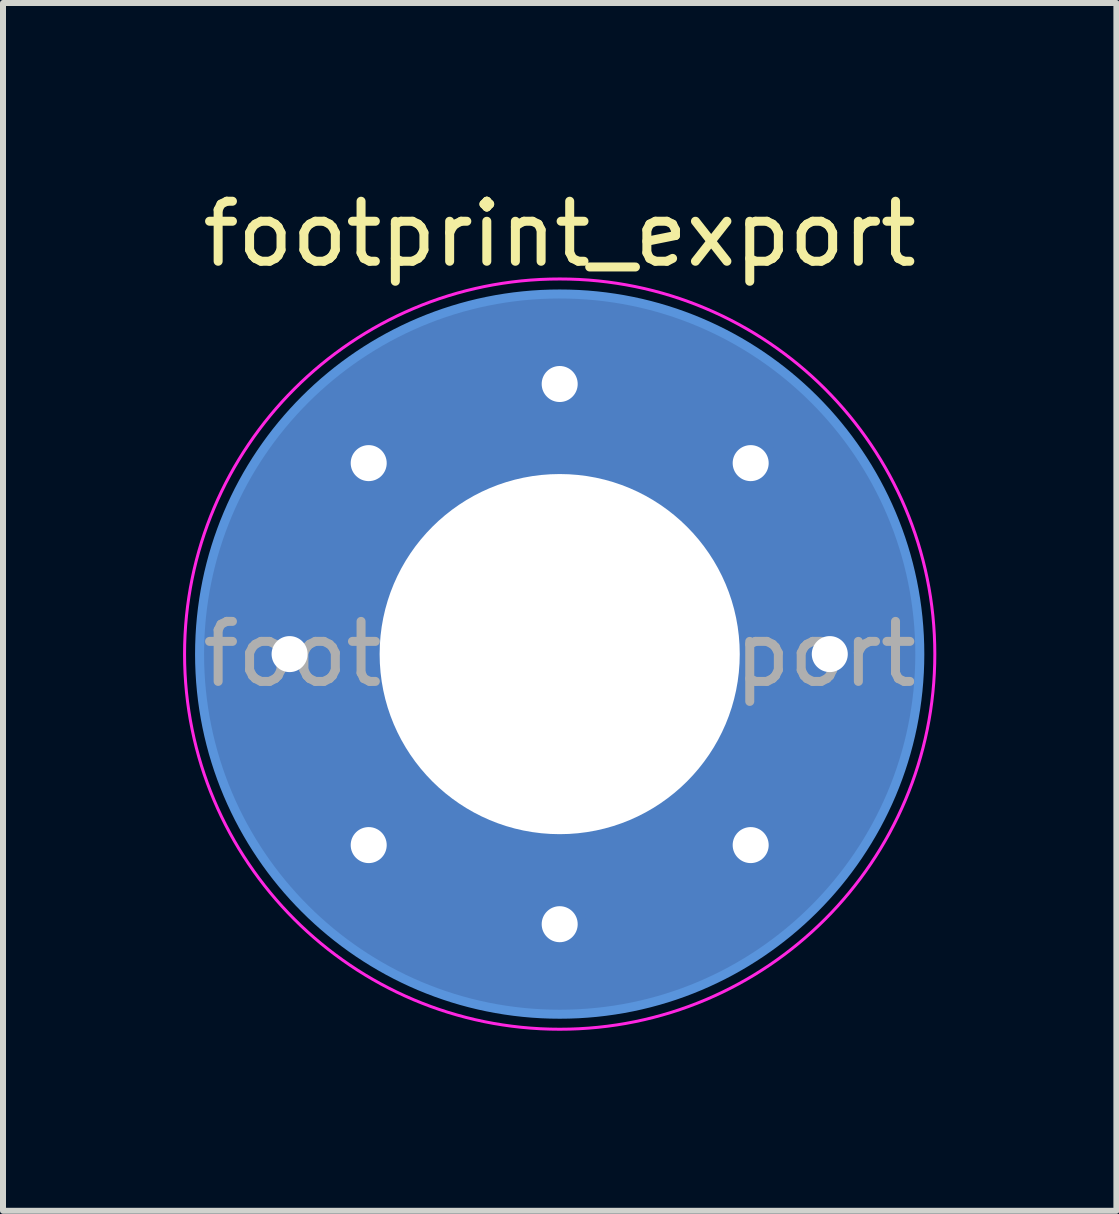
<source format=kicad_pcb>
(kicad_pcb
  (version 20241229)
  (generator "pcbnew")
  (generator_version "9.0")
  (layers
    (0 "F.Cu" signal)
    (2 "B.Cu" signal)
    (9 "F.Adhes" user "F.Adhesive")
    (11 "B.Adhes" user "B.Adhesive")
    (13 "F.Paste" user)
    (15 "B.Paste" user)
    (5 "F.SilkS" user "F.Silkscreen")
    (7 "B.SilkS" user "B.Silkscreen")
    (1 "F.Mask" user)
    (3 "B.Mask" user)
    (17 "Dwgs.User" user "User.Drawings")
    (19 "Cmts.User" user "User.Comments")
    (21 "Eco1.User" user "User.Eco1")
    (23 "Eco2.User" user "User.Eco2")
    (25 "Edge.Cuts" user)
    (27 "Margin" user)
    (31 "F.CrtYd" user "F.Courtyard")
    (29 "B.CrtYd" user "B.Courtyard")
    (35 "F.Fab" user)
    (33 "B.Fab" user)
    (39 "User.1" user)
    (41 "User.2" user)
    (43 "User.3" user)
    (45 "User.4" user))
  (footprint "footprint_export"
    (layer "F.Cu")
    (at 6.275 7.848)
    (property "Reference" "footprint_export" (at 0 -7 0) (layer "F.SilkS") (effects (font (size 1 1) (thickness 0.15))))
    (attr exclude_from_pos_files exclude_from_bom)
    (fp_circle (center 0 0) (end 6 0) (stroke (width 0.15) (type solid)) (fill no) (layer "Cmts.User"))
    (fp_circle (center 0 0) (end 6.25 0) (stroke (width 0.05) (type solid)) (fill no) (layer "F.CrtYd"))
    (fp_text user "${REFERENCE}" (at 0 0 0) (layer "F.Fab") (effects (font (size 1 1) (thickness 0.15))))
    (pad "1" thru_hole circle (at -4.5 0) (size 0.9 0.9) (drill 0.6) (layers "*.Cu" "*.Mask"))
    (pad "1" thru_hole circle (at -3.182 -3.182) (size 0.9 0.9) (drill 0.6) (layers "*.Cu" "*.Mask"))
    (pad "1" thru_hole circle (at -3.182 3.182) (size 0.9 0.9) (drill 0.6) (layers "*.Cu" "*.Mask"))
    (pad "1" thru_hole circle (at 0 -4.5) (size 0.9 0.9) (drill 0.6) (layers "*.Cu" "*.Mask"))
    (pad "1" thru_hole circle (at 0 0) (size 12 12) (drill 6) (layers "*.Cu" "*.Mask"))
    (pad "1" thru_hole circle (at 0 4.5) (size 0.9 0.9) (drill 0.6) (layers "*.Cu" "*.Mask"))
    (pad "1" thru_hole circle (at 3.182 -3.182) (size 0.9 0.9) (drill 0.6) (layers "*.Cu" "*.Mask"))
    (pad "1" thru_hole circle (at 3.182 3.182) (size 0.9 0.9) (drill 0.6) (layers "*.Cu" "*.Mask"))
    (pad "1" thru_hole circle (at 4.5 0) (size 0.9 0.9) (drill 0.6) (layers "*.Cu" "*.Mask")))
  (gr_rect
    (start -3 -3)
    (end 15.55 17.123)
    (stroke (width 0.1) (type default))
    (fill no)
    (layer "Edge.Cuts")))
</source>
